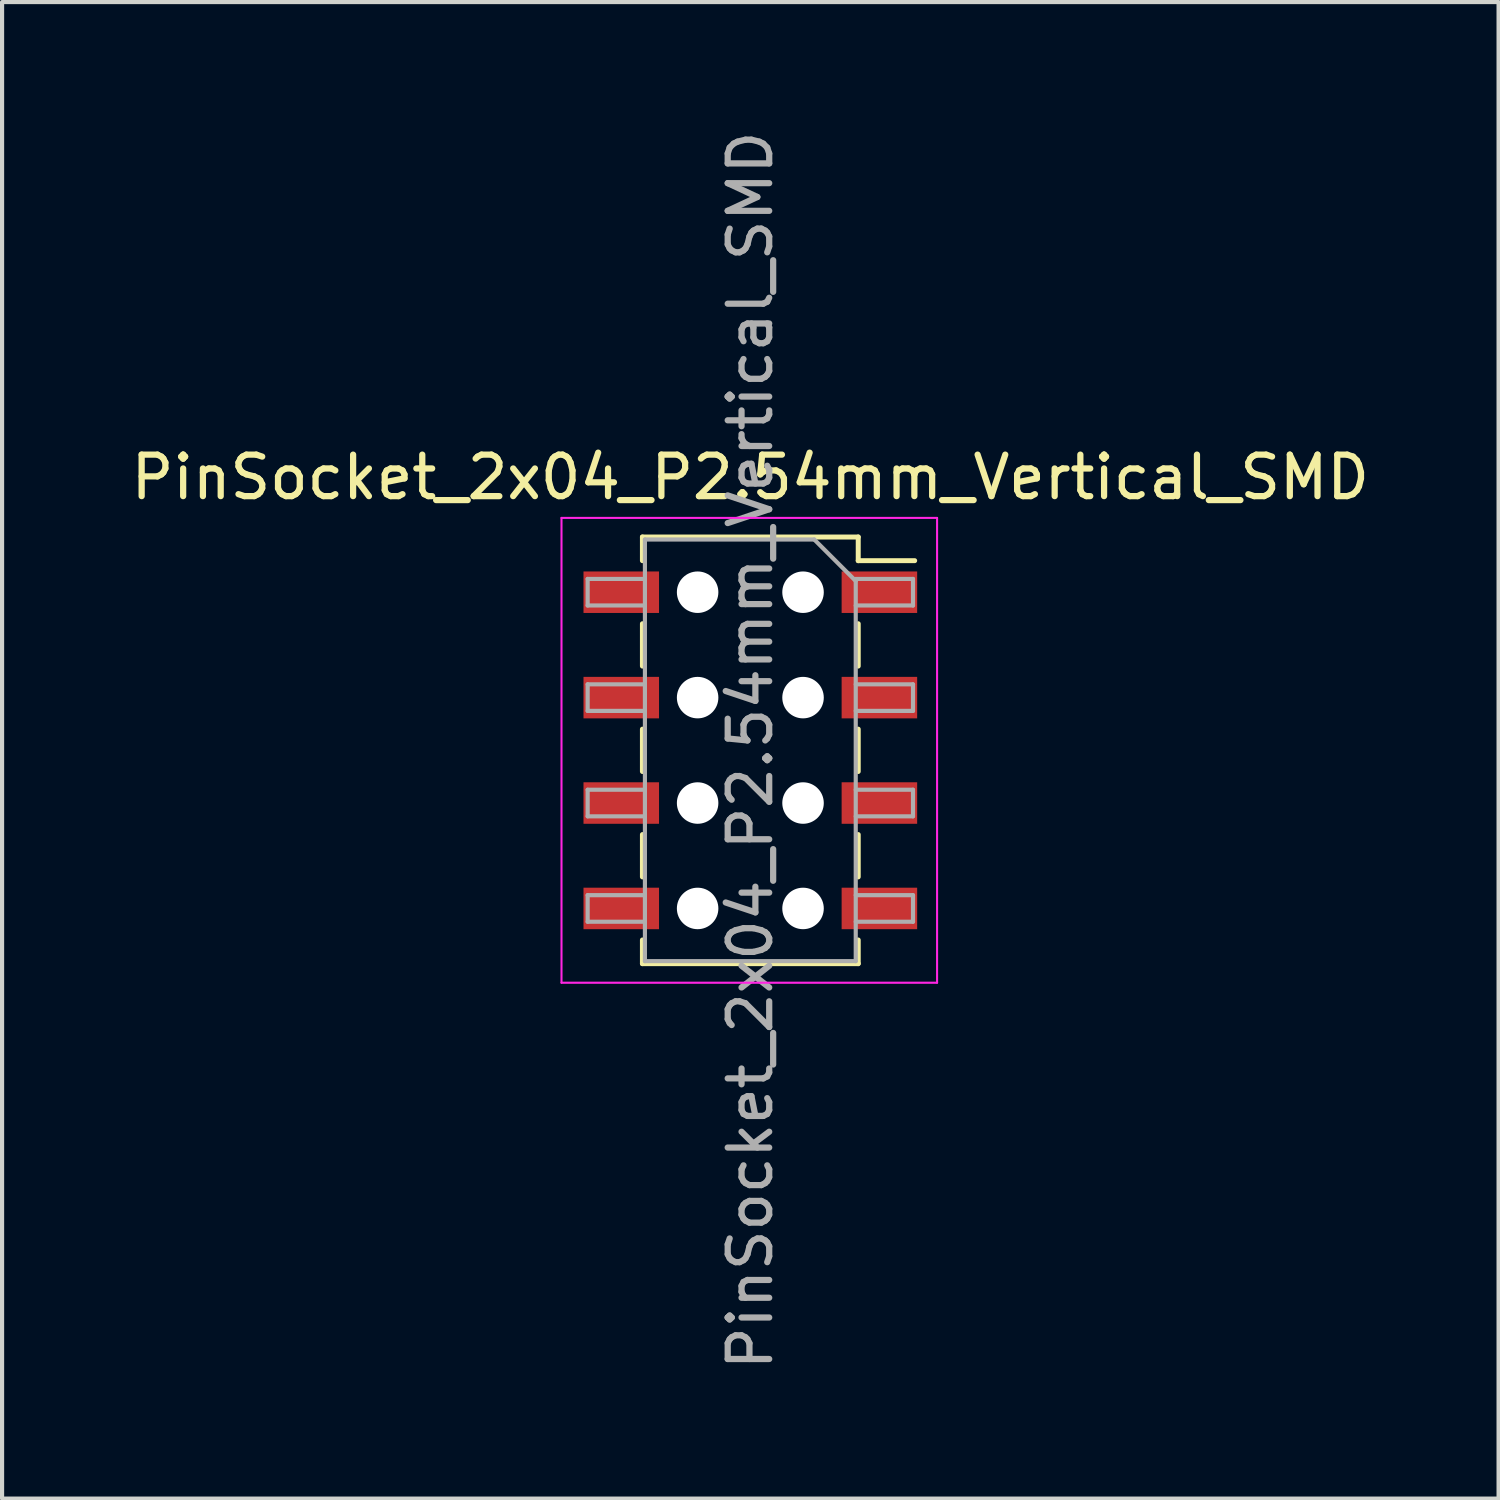
<source format=kicad_pcb>
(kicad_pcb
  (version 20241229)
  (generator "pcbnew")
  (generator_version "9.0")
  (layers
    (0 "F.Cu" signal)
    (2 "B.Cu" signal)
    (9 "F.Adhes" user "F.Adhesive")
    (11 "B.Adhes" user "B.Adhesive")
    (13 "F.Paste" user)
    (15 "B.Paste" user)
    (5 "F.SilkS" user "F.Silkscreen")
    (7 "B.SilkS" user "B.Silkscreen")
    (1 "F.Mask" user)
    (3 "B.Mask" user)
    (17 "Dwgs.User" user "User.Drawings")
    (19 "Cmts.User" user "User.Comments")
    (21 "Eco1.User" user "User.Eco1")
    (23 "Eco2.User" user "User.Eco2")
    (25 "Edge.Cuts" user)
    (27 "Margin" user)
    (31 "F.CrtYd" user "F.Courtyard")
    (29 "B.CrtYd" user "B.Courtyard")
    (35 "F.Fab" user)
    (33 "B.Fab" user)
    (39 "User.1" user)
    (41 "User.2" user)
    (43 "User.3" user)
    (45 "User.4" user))
  (footprint "PinSocket_2x04_P2.54mm_Vertical_SMD"
    (layer "F.Cu")
    (at 15.03 15.03)
    (property "Reference" "PinSocket_2x04_P2.54mm_Vertical_SMD" (at 0 -6.58 0) (layer "F.SilkS") (effects (font (size 1 1) (thickness 0.15))))
    (attr smd)
    (fp_line (start -2.6 -5.14) (end -2.6 -4.57) (stroke (width 0.12) (type solid)) (layer "F.SilkS"))
    (fp_line (start -2.6 -5.14) (end 2.6 -5.14) (stroke (width 0.12) (type solid)) (layer "F.SilkS"))
    (fp_line (start -2.6 -3.05) (end -2.6 -2.03) (stroke (width 0.12) (type solid)) (layer "F.SilkS"))
    (fp_line (start -2.6 -0.51) (end -2.6 0.51) (stroke (width 0.12) (type solid)) (layer "F.SilkS"))
    (fp_line (start -2.6 2.03) (end -2.6 3.05) (stroke (width 0.12) (type solid)) (layer "F.SilkS"))
    (fp_line (start -2.6 4.57) (end -2.6 5.14) (stroke (width 0.12) (type solid)) (layer "F.SilkS"))
    (fp_line (start -2.6 5.14) (end 2.6 5.14) (stroke (width 0.12) (type solid)) (layer "F.SilkS"))
    (fp_line (start 2.6 -5.14) (end 2.6 -4.57) (stroke (width 0.12) (type solid)) (layer "F.SilkS"))
    (fp_line (start 2.6 -4.57) (end 3.96 -4.57) (stroke (width 0.12) (type solid)) (layer "F.SilkS"))
    (fp_line (start 2.6 -3.05) (end 2.6 -2.03) (stroke (width 0.12) (type solid)) (layer "F.SilkS"))
    (fp_line (start 2.6 -0.51) (end 2.6 0.51) (stroke (width 0.12) (type solid)) (layer "F.SilkS"))
    (fp_line (start 2.6 2.03) (end 2.6 3.05) (stroke (width 0.12) (type solid)) (layer "F.SilkS"))
    (fp_line (start 2.6 4.57) (end 2.6 5.14) (stroke (width 0.12) (type solid)) (layer "F.SilkS"))
    (fp_line (start -4.55 -5.6) (end 4.5 -5.6) (stroke (width 0.05) (type solid)) (layer "F.CrtYd"))
    (fp_line (start -4.55 5.6) (end -4.55 -5.6) (stroke (width 0.05) (type solid)) (layer "F.CrtYd"))
    (fp_line (start 4.5 -5.6) (end 4.5 5.6) (stroke (width 0.05) (type solid)) (layer "F.CrtYd"))
    (fp_line (start 4.5 5.6) (end -4.55 5.6) (stroke (width 0.05) (type solid)) (layer "F.CrtYd"))
    (fp_line (start -3.92 -4.13) (end -2.54 -4.13) (stroke (width 0.1) (type solid)) (layer "F.Fab"))
    (fp_line (start -3.92 -3.49) (end -3.92 -4.13) (stroke (width 0.1) (type solid)) (layer "F.Fab"))
    (fp_line (start -3.92 -1.59) (end -2.54 -1.59) (stroke (width 0.1) (type solid)) (layer "F.Fab"))
    (fp_line (start -3.92 -0.95) (end -3.92 -1.59) (stroke (width 0.1) (type solid)) (layer "F.Fab"))
    (fp_line (start -3.92 0.95) (end -2.54 0.95) (stroke (width 0.1) (type solid)) (layer "F.Fab"))
    (fp_line (start -3.92 1.59) (end -3.92 0.95) (stroke (width 0.1) (type solid)) (layer "F.Fab"))
    (fp_line (start -3.92 3.49) (end -2.54 3.49) (stroke (width 0.1) (type solid)) (layer "F.Fab"))
    (fp_line (start -3.92 4.13) (end -3.92 3.49) (stroke (width 0.1) (type solid)) (layer "F.Fab"))
    (fp_line (start -2.54 -5.08) (end 1.54 -5.08) (stroke (width 0.1) (type solid)) (layer "F.Fab"))
    (fp_line (start -2.54 -3.49) (end -3.92 -3.49) (stroke (width 0.1) (type solid)) (layer "F.Fab"))
    (fp_line (start -2.54 -0.95) (end -3.92 -0.95) (stroke (width 0.1) (type solid)) (layer "F.Fab"))
    (fp_line (start -2.54 1.59) (end -3.92 1.59) (stroke (width 0.1) (type solid)) (layer "F.Fab"))
    (fp_line (start -2.54 4.13) (end -3.92 4.13) (stroke (width 0.1) (type solid)) (layer "F.Fab"))
    (fp_line (start -2.54 5.08) (end -2.54 -5.08) (stroke (width 0.1) (type solid)) (layer "F.Fab"))
    (fp_line (start 1.54 -5.08) (end 2.54 -4.08) (stroke (width 0.1) (type solid)) (layer "F.Fab"))
    (fp_line (start 2.54 -4.13) (end 3.92 -4.13) (stroke (width 0.1) (type solid)) (layer "F.Fab"))
    (fp_line (start 2.54 -4.08) (end 2.54 5.08) (stroke (width 0.1) (type solid)) (layer "F.Fab"))
    (fp_line (start 2.54 -1.59) (end 3.92 -1.59) (stroke (width 0.1) (type solid)) (layer "F.Fab"))
    (fp_line (start 2.54 0.95) (end 3.92 0.95) (stroke (width 0.1) (type solid)) (layer "F.Fab"))
    (fp_line (start 2.54 3.49) (end 3.92 3.49) (stroke (width 0.1) (type solid)) (layer "F.Fab"))
    (fp_line (start 2.54 5.08) (end -2.54 5.08) (stroke (width 0.1) (type solid)) (layer "F.Fab"))
    (fp_line (start 3.92 -4.13) (end 3.92 -3.49) (stroke (width 0.1) (type solid)) (layer "F.Fab"))
    (fp_line (start 3.92 -3.49) (end 2.54 -3.49) (stroke (width 0.1) (type solid)) (layer "F.Fab"))
    (fp_line (start 3.92 -1.59) (end 3.92 -0.95) (stroke (width 0.1) (type solid)) (layer "F.Fab"))
    (fp_line (start 3.92 -0.95) (end 2.54 -0.95) (stroke (width 0.1) (type solid)) (layer "F.Fab"))
    (fp_line (start 3.92 0.95) (end 3.92 1.59) (stroke (width 0.1) (type solid)) (layer "F.Fab"))
    (fp_line (start 3.92 1.59) (end 2.54 1.59) (stroke (width 0.1) (type solid)) (layer "F.Fab"))
    (fp_line (start 3.92 3.49) (end 3.92 4.13) (stroke (width 0.1) (type solid)) (layer "F.Fab"))
    (fp_line (start 3.92 4.13) (end 2.54 4.13) (stroke (width 0.1) (type solid)) (layer "F.Fab"))
    (fp_text user "${REFERENCE}" (at 0 0 90) (layer "F.Fab") (effects (font (size 1 1) (thickness 0.15))))
    (pad "" np_thru_hole circle (at -1.27 -3.81) (size 1 1) (drill 1) (layers "*.Cu" "*.Mask"))
    (pad "" np_thru_hole circle (at -1.27 -1.27) (size 1 1) (drill 1) (layers "*.Cu" "*.Mask"))
    (pad "" np_thru_hole circle (at -1.27 1.27) (size 1 1) (drill 1) (layers "*.Cu" "*.Mask"))
    (pad "" np_thru_hole circle (at -1.27 3.81) (size 1 1) (drill 1) (layers "*.Cu" "*.Mask"))
    (pad "" np_thru_hole circle (at 1.27 -3.81) (size 1 1) (drill 1) (layers "*.Cu" "*.Mask"))
    (pad "" np_thru_hole circle (at 1.27 -1.27) (size 1 1) (drill 1) (layers "*.Cu" "*.Mask"))
    (pad "" np_thru_hole circle (at 1.27 1.27) (size 1 1) (drill 1) (layers "*.Cu" "*.Mask"))
    (pad "" np_thru_hole circle (at 1.27 3.81) (size 1 1) (drill 1) (layers "*.Cu" "*.Mask"))
    (pad "1" smd rect (at 3.11 -3.81) (size 1.82 1) (layers "F.Cu" "F.Mask" "F.Paste"))
    (pad "2" smd rect (at -3.11 -3.81) (size 1.82 1) (layers "F.Cu" "F.Mask" "F.Paste"))
    (pad "3" smd rect (at 3.11 -1.27) (size 1.82 1) (layers "F.Cu" "F.Mask" "F.Paste"))
    (pad "4" smd rect (at -3.11 -1.27) (size 1.82 1) (layers "F.Cu" "F.Mask" "F.Paste"))
    (pad "5" smd rect (at 3.11 1.27) (size 1.82 1) (layers "F.Cu" "F.Mask" "F.Paste"))
    (pad "6" smd rect (at -3.11 1.27) (size 1.82 1) (layers "F.Cu" "F.Mask" "F.Paste"))
    (pad "7" smd rect (at 3.11 3.81) (size 1.82 1) (layers "F.Cu" "F.Mask" "F.Paste"))
    (pad "8" smd rect (at -3.11 3.81) (size 1.82 1) (layers "F.Cu" "F.Mask" "F.Paste"))
    (zone (net_name "") (layers "F.Cu" "B.Cu") (hatch edge 0.508) (connect_pads) (min_thickness 0.254) (filled_areas_thickness no) (keepout (tracks not_allowed) (vias not_allowed) (pads allowed) (copperpour not_allowed) (footprints allowed)) (placement (enabled no)) (fill) (polygon (pts (xy 14.527 11.22) (xy 14.508 11.05) (xy 14.451 10.888) (xy 14.361 10.743) (xy 14.24 10.622) (xy 14.096 10.531) (xy 13.935 10.473) (xy 13.765 10.453) (xy 13.595 10.471) (xy 13.433 10.526) (xy 13.288 10.615) (xy 13.166 10.735) (xy 13.073 10.879) (xy 13.014 11.039) (xy 12.993 11.209) (xy 13.01 11.379) (xy 13.064 11.541) (xy 13.152 11.688) (xy 13.271 11.811) (xy 13.414 11.904) (xy 13.574 11.964) (xy 13.744 11.986) (xy 13.914 11.971) (xy 14.077 11.918) (xy 14.223 11.831) (xy 14.347 11.713) (xy 14.442 11.57) (xy 14.502 11.41) (xy 14.526 11.241))))
    (zone (net_name "") (layers "F.Cu" "B.Cu") (hatch edge 0.508) (connect_pads) (min_thickness 0.254) (filled_areas_thickness no) (keepout (tracks not_allowed) (vias not_allowed) (pads allowed) (copperpour not_allowed) (footprints allowed)) (placement (enabled no)) (fill) (polygon (pts (xy 14.527 13.76) (xy 14.508 13.59) (xy 14.451 13.428) (xy 14.361 13.283) (xy 14.24 13.162) (xy 14.096 13.071) (xy 13.935 13.013) (xy 13.765 12.993) (xy 13.595 13.011) (xy 13.433 13.066) (xy 13.288 13.155) (xy 13.166 13.275) (xy 13.073 13.419) (xy 13.014 13.579) (xy 12.993 13.749) (xy 13.01 13.919) (xy 13.064 14.081) (xy 13.152 14.228) (xy 13.271 14.351) (xy 13.414 14.444) (xy 13.574 14.504) (xy 13.744 14.526) (xy 13.914 14.511) (xy 14.077 14.458) (xy 14.223 14.371) (xy 14.347 14.253) (xy 14.442 14.11) (xy 14.502 13.95) (xy 14.526 13.781))))
    (zone (net_name "") (layers "F.Cu" "B.Cu") (hatch edge 0.508) (connect_pads) (min_thickness 0.254) (filled_areas_thickness no) (keepout (tracks not_allowed) (vias not_allowed) (pads allowed) (copperpour not_allowed) (footprints allowed)) (placement (enabled no)) (fill) (polygon (pts (xy 14.527 16.3) (xy 14.508 16.13) (xy 14.451 15.968) (xy 14.361 15.823) (xy 14.24 15.702) (xy 14.096 15.611) (xy 13.935 15.553) (xy 13.765 15.533) (xy 13.595 15.551) (xy 13.433 15.606) (xy 13.288 15.695) (xy 13.166 15.815) (xy 13.073 15.959) (xy 13.014 16.119) (xy 12.993 16.289) (xy 13.01 16.459) (xy 13.064 16.621) (xy 13.152 16.768) (xy 13.271 16.891) (xy 13.414 16.984) (xy 13.574 17.044) (xy 13.744 17.066) (xy 13.914 17.051) (xy 14.077 16.998) (xy 14.223 16.911) (xy 14.347 16.793) (xy 14.442 16.65) (xy 14.502 16.49) (xy 14.526 16.321))))
    (zone (net_name "") (layers "F.Cu" "B.Cu") (hatch edge 0.508) (connect_pads) (min_thickness 0.254) (filled_areas_thickness no) (keepout (tracks not_allowed) (vias not_allowed) (pads allowed) (copperpour not_allowed) (footprints allowed)) (placement (enabled no)) (fill) (polygon (pts (xy 14.527 18.84) (xy 14.508 18.67) (xy 14.451 18.508) (xy 14.361 18.363) (xy 14.24 18.242) (xy 14.096 18.151) (xy 13.935 18.093) (xy 13.765 18.073) (xy 13.595 18.091) (xy 13.433 18.146) (xy 13.288 18.235) (xy 13.166 18.355) (xy 13.073 18.499) (xy 13.014 18.659) (xy 12.993 18.829) (xy 13.01 18.999) (xy 13.064 19.161) (xy 13.152 19.308) (xy 13.271 19.431) (xy 13.414 19.524) (xy 13.574 19.584) (xy 13.744 19.606) (xy 13.914 19.591) (xy 14.077 19.538) (xy 14.223 19.451) (xy 14.347 19.333) (xy 14.442 19.19) (xy 14.502 19.03) (xy 14.526 18.861))))
    (zone (net_name "") (layers "F.Cu" "B.Cu") (hatch edge 0.508) (connect_pads) (min_thickness 0.254) (filled_areas_thickness no) (keepout (tracks not_allowed) (vias not_allowed) (pads allowed) (copperpour not_allowed) (footprints allowed)) (placement (enabled no)) (fill) (polygon (pts (xy 17.067 11.22) (xy 17.048 11.05) (xy 16.991 10.888) (xy 16.901 10.743) (xy 16.78 10.622) (xy 16.636 10.531) (xy 16.475 10.473) (xy 16.305 10.453) (xy 16.135 10.471) (xy 15.973 10.526) (xy 15.828 10.615) (xy 15.706 10.735) (xy 15.613 10.879) (xy 15.554 11.039) (xy 15.533 11.209) (xy 15.55 11.379) (xy 15.604 11.541) (xy 15.692 11.688) (xy 15.811 11.811) (xy 15.954 11.904) (xy 16.114 11.964) (xy 16.284 11.986) (xy 16.454 11.971) (xy 16.617 11.918) (xy 16.763 11.831) (xy 16.887 11.713) (xy 16.982 11.57) (xy 17.042 11.41) (xy 17.066 11.241))))
    (zone (net_name "") (layers "F.Cu" "B.Cu") (hatch edge 0.508) (connect_pads) (min_thickness 0.254) (filled_areas_thickness no) (keepout (tracks not_allowed) (vias not_allowed) (pads allowed) (copperpour not_allowed) (footprints allowed)) (placement (enabled no)) (fill) (polygon (pts (xy 17.067 13.76) (xy 17.048 13.59) (xy 16.991 13.428) (xy 16.901 13.283) (xy 16.78 13.162) (xy 16.636 13.071) (xy 16.475 13.013) (xy 16.305 12.993) (xy 16.135 13.011) (xy 15.973 13.066) (xy 15.828 13.155) (xy 15.706 13.275) (xy 15.613 13.419) (xy 15.554 13.579) (xy 15.533 13.749) (xy 15.55 13.919) (xy 15.604 14.081) (xy 15.692 14.228) (xy 15.811 14.351) (xy 15.954 14.444) (xy 16.114 14.504) (xy 16.284 14.526) (xy 16.454 14.511) (xy 16.617 14.458) (xy 16.763 14.371) (xy 16.887 14.253) (xy 16.982 14.11) (xy 17.042 13.95) (xy 17.066 13.781))))
    (zone (net_name "") (layers "F.Cu" "B.Cu") (hatch edge 0.508) (connect_pads) (min_thickness 0.254) (filled_areas_thickness no) (keepout (tracks not_allowed) (vias not_allowed) (pads allowed) (copperpour not_allowed) (footprints allowed)) (placement (enabled no)) (fill) (polygon (pts (xy 17.067 16.3) (xy 17.048 16.13) (xy 16.991 15.968) (xy 16.901 15.823) (xy 16.78 15.702) (xy 16.636 15.611) (xy 16.475 15.553) (xy 16.305 15.533) (xy 16.135 15.551) (xy 15.973 15.606) (xy 15.828 15.695) (xy 15.706 15.815) (xy 15.613 15.959) (xy 15.554 16.119) (xy 15.533 16.289) (xy 15.55 16.459) (xy 15.604 16.621) (xy 15.692 16.768) (xy 15.811 16.891) (xy 15.954 16.984) (xy 16.114 17.044) (xy 16.284 17.066) (xy 16.454 17.051) (xy 16.617 16.998) (xy 16.763 16.911) (xy 16.887 16.793) (xy 16.982 16.65) (xy 17.042 16.49) (xy 17.066 16.321))))
    (zone (net_name "") (layers "F.Cu" "B.Cu") (hatch edge 0.508) (connect_pads) (min_thickness 0.254) (filled_areas_thickness no) (keepout (tracks not_allowed) (vias not_allowed) (pads allowed) (copperpour not_allowed) (footprints allowed)) (placement (enabled no)) (fill) (polygon (pts (xy 17.067 18.84) (xy 17.048 18.67) (xy 16.991 18.508) (xy 16.901 18.363) (xy 16.78 18.242) (xy 16.636 18.151) (xy 16.475 18.093) (xy 16.305 18.073) (xy 16.135 18.091) (xy 15.973 18.146) (xy 15.828 18.235) (xy 15.706 18.355) (xy 15.613 18.499) (xy 15.554 18.659) (xy 15.533 18.829) (xy 15.55 18.999) (xy 15.604 19.161) (xy 15.692 19.308) (xy 15.811 19.431) (xy 15.954 19.524) (xy 16.114 19.584) (xy 16.284 19.606) (xy 16.454 19.591) (xy 16.617 19.538) (xy 16.763 19.451) (xy 16.887 19.333) (xy 16.982 19.19) (xy 17.042 19.03) (xy 17.066 18.861)))))
  (gr_rect
    (start -3 -3)
    (end 33.06 33.06)
    (stroke (width 0.1) (type default))
    (fill no)
    (layer "Edge.Cuts")))
</source>
